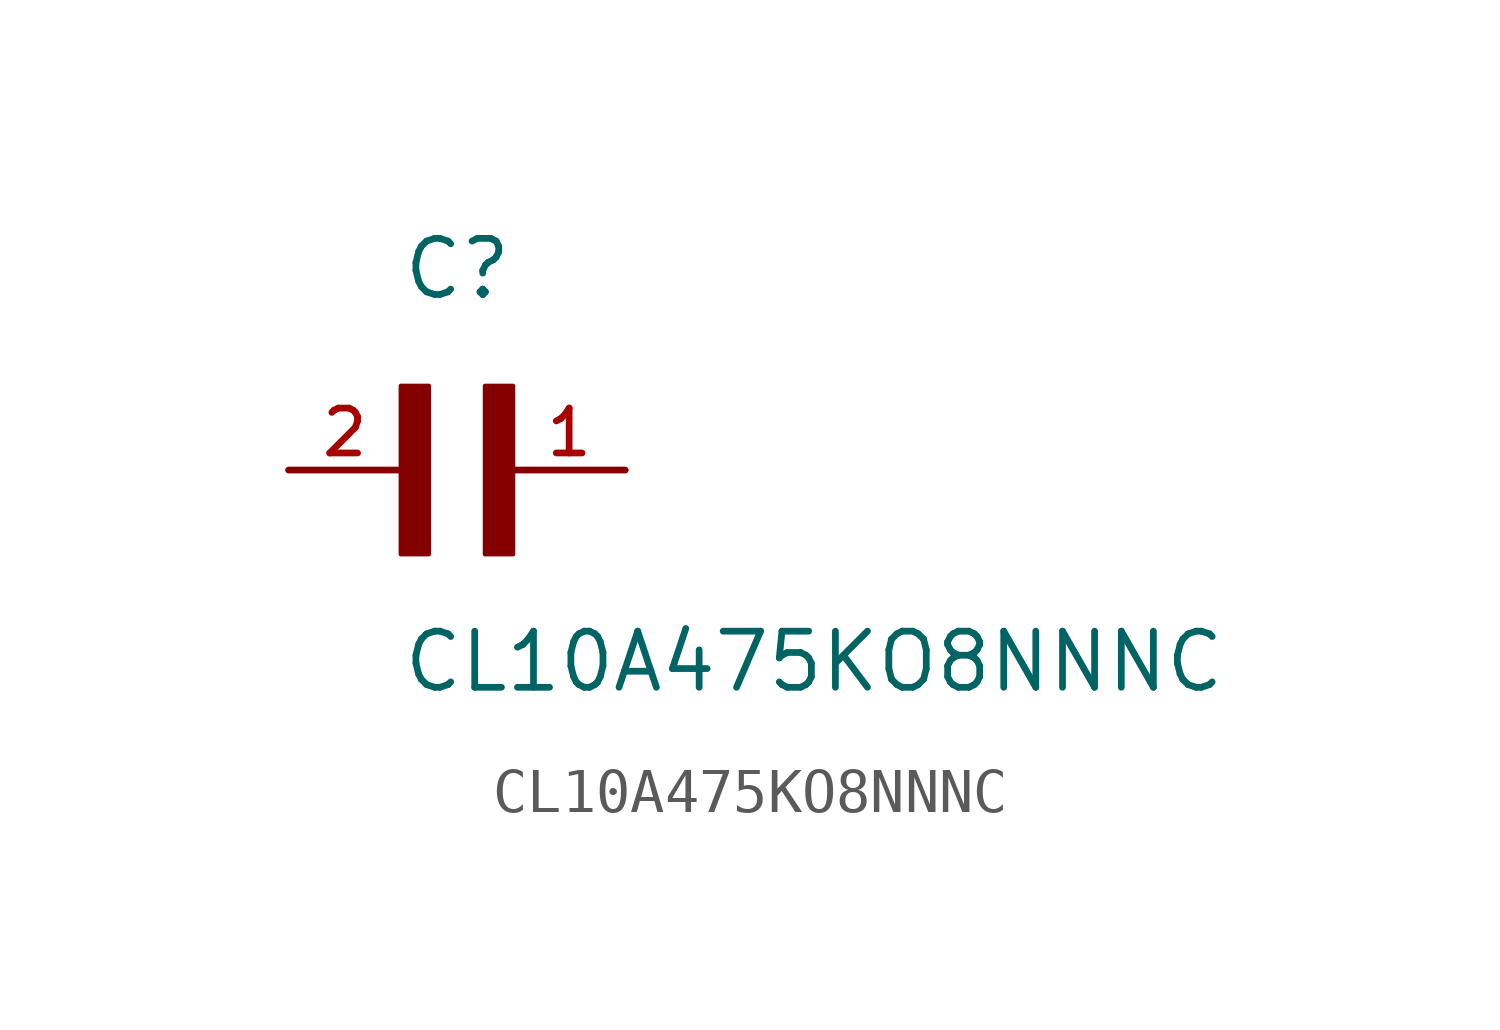
<source format=kicad_sym>
(kicad_symbol_lib
  (version 20211014)
  (generator kicad_symbol_editor)
  (symbol "CL10A475KO8NNNC"
    (pin_names
      (offset 1.016))
    (property "Reference" "C"
      (at 0.0 3.81 0)
      (effects (font (size 1.27 1.27)) (justify bottom left)))
    (property "Value" "CL10A475KO8NNNC"
      (at 0.0 -5.08 0)
      (effects (font (size 1.27 1.27)) (justify bottom left)))
    (symbol "CL10A475KO8NNNC_0_0"
      (rectangle (start 0.0 -1.905) (end 0.635 1.905) (stroke (width 0.1)) (fill (type outline)))
      (rectangle (start 1.905 -1.905) (end 2.54 1.905) (stroke (width 0.1)) (fill (type outline)))
      (pin passive line (at 5.08 0.0 180.0) (length 2.54) (name "~" (effects (font (size 1.016 1.016)))) (number "1" (effects (font (size 1.016 1.016)))))
      (pin passive line (at -2.54 0.0 0) (length 2.54) (name "~" (effects (font (size 1.016 1.016)))) (number "2" (effects (font (size 1.016 1.016))))))))
</source>
